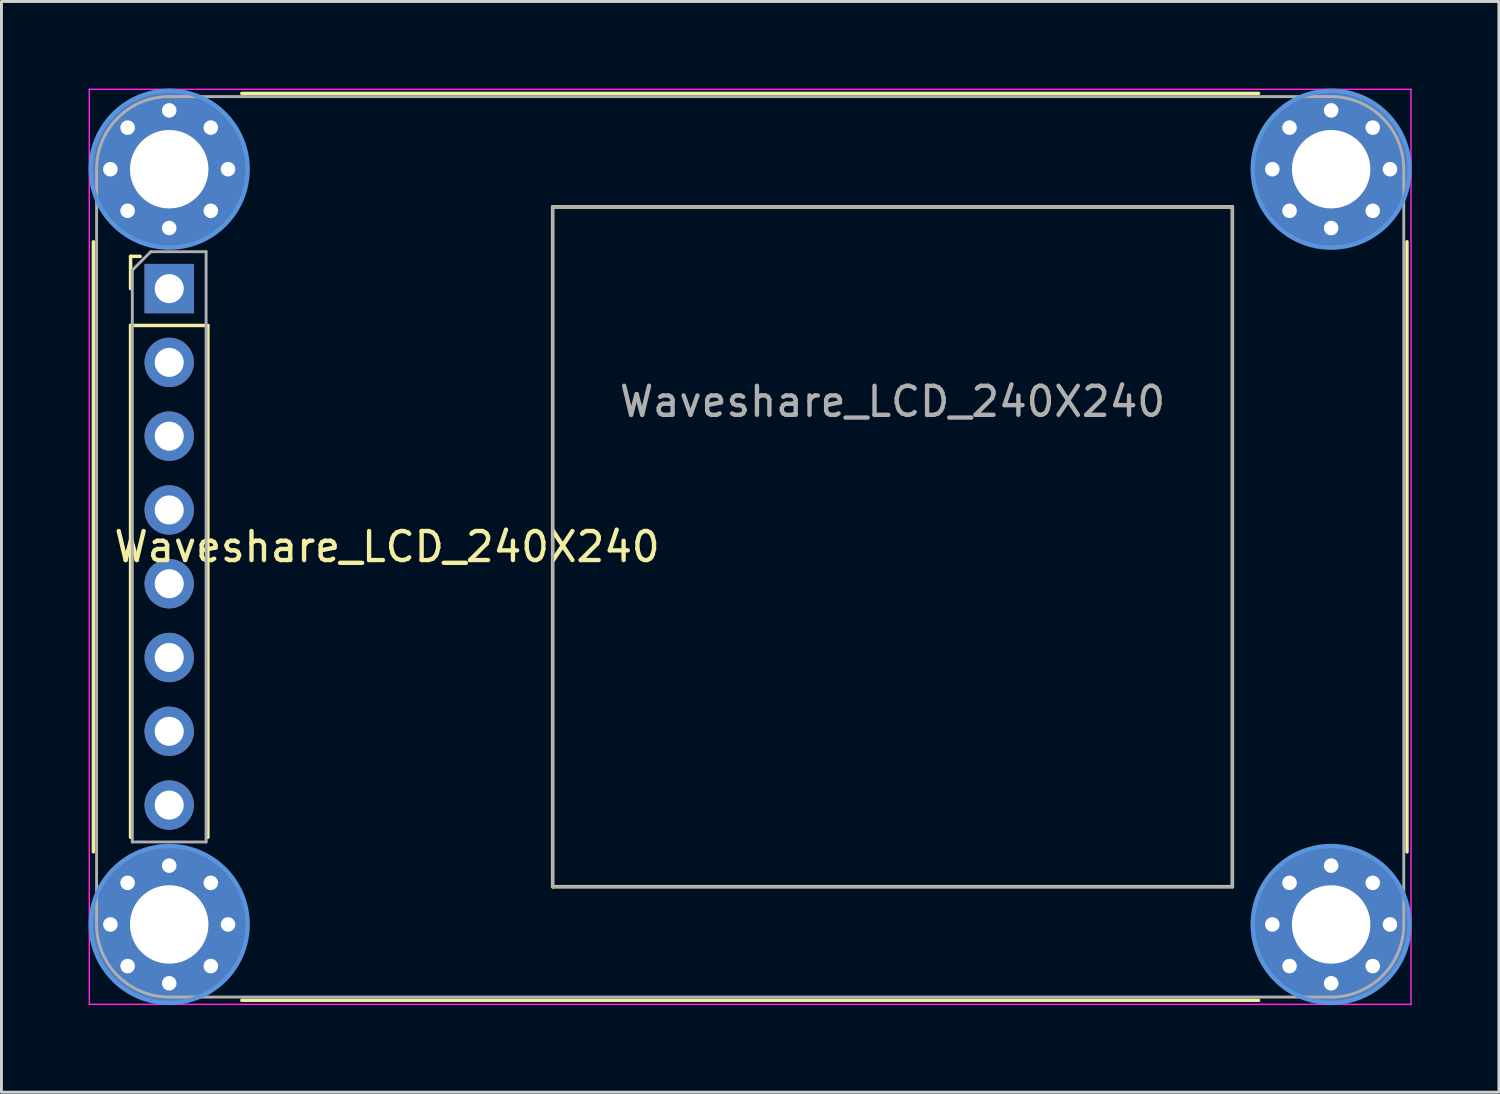
<source format=kicad_pcb>
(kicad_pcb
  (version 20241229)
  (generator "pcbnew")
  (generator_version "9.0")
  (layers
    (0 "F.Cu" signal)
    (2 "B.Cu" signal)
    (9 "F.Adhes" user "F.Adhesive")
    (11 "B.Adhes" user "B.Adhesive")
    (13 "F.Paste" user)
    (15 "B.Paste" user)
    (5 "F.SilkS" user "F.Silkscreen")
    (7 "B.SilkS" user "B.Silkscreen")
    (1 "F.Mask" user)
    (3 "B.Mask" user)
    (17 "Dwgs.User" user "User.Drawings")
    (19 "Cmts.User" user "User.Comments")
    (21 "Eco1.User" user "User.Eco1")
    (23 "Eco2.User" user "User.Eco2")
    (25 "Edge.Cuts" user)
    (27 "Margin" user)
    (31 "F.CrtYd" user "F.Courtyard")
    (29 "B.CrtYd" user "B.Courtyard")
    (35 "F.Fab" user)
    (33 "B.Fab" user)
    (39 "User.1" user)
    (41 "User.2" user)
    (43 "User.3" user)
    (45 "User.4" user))
  (footprint "Waveshare_LCD_240X240"
    (layer "F.Cu")
    (at 2.775 15.775)
    (property "Reference" "Waveshare_LCD_240X240" (at 7.5 0 0) (layer "F.SilkS") (effects (font (size 1 1) (thickness 0.15))))
    (attr through_hole)
    (fp_line (start -2.61 -10.5) (end -2.61 10.5) (stroke (width 0.12) (type solid)) (layer "F.SilkS"))
    (fp_line (start -1.33 -10) (end -1.33 -8.89) (stroke (width 0.12) (type solid)) (layer "F.SilkS"))
    (fp_line (start -1.33 -10) (end -1 -10) (stroke (width 0.12) (type solid)) (layer "F.SilkS"))
    (fp_line (start -1.33 -7.62) (end -1.33 10) (stroke (width 0.12) (type solid)) (layer "F.SilkS"))
    (fp_line (start -1.33 -7.62) (end 1.33 -7.62) (stroke (width 0.12) (type solid)) (layer "F.SilkS"))
    (fp_line (start 1.33 -7.62) (end 1.33 10) (stroke (width 0.12) (type solid)) (layer "F.SilkS"))
    (fp_line (start 2.5 -15.61) (end 37.5 -15.61) (stroke (width 0.12) (type solid)) (layer "F.SilkS"))
    (fp_line (start 2.5 15.61) (end 37.5 15.61) (stroke (width 0.12) (type solid)) (layer "F.SilkS"))
    (fp_line (start 13.2 -11.7) (end 13.2 11.7) (stroke (width 0.12) (type solid)) (layer "F.SilkS"))
    (fp_line (start 13.2 -11.7) (end 36.6 -11.7) (stroke (width 0.12) (type solid)) (layer "F.SilkS"))
    (fp_line (start 13.2 11.7) (end 36.6 11.7) (stroke (width 0.12) (type solid)) (layer "F.SilkS"))
    (fp_line (start 36.6 -11.7) (end 36.6 11.7) (stroke (width 0.12) (type solid)) (layer "F.SilkS"))
    (fp_line (start 42.61 -10.5) (end 42.61 10.5) (stroke (width 0.12) (type solid)) (layer "F.SilkS"))
    (fp_circle (center 0 -13) (end 2.7 -13) (stroke (width 0.15) (type solid)) (fill no) (layer "Cmts.User"))
    (fp_circle (center 0 13) (end 2.7 13) (stroke (width 0.15) (type solid)) (fill no) (layer "Cmts.User"))
    (fp_circle (center 40 -13) (end 42.7 -13) (stroke (width 0.15) (type solid)) (fill no) (layer "Cmts.User"))
    (fp_circle (center 40 13) (end 42.7 13) (stroke (width 0.15) (type solid)) (fill no) (layer "Cmts.User"))
    (fp_line (start -2.75 -15.75) (end 42.75 -15.75) (stroke (width 0.05) (type solid)) (layer "F.CrtYd"))
    (fp_line (start -2.75 15.75) (end -2.75 -15.75) (stroke (width 0.05) (type solid)) (layer "F.CrtYd"))
    (fp_line (start 42.75 -15.75) (end 42.75 15.75) (stroke (width 0.05) (type solid)) (layer "F.CrtYd"))
    (fp_line (start 42.75 15.75) (end -2.75 15.75) (stroke (width 0.05) (type solid)) (layer "F.CrtYd"))
    (fp_line (start -2.5 -13) (end -2.5 13) (stroke (width 0.1) (type solid)) (layer "F.Fab"))
    (fp_line (start -1.27 -9.525) (end -1.27 10.16) (stroke (width 0.1) (type solid)) (layer "F.Fab"))
    (fp_line (start -0.635 -10.16) (end -1.27 -9.525) (stroke (width 0.1) (type solid)) (layer "F.Fab"))
    (fp_line (start 0 -15.5) (end 40 -15.5) (stroke (width 0.1) (type solid)) (layer "F.Fab"))
    (fp_line (start 1.27 -10.16) (end -0.635 -10.16) (stroke (width 0.1) (type solid)) (layer "F.Fab"))
    (fp_line (start 1.27 10.16) (end -1.27 10.16) (stroke (width 0.1) (type solid)) (layer "F.Fab"))
    (fp_line (start 1.27 10.16) (end 1.27 -10.16) (stroke (width 0.1) (type solid)) (layer "F.Fab"))
    (fp_line (start 13.2 -11.7) (end 13.2 11.7) (stroke (width 0.1) (type solid)) (layer "F.Fab"))
    (fp_line (start 13.2 -11.7) (end 36.6 -11.7) (stroke (width 0.1) (type solid)) (layer "F.Fab"))
    (fp_line (start 13.2 11.7) (end 36.6 11.7) (stroke (width 0.1) (type solid)) (layer "F.Fab"))
    (fp_line (start 36.6 -11.7) (end 36.6 11.7) (stroke (width 0.1) (type solid)) (layer "F.Fab"))
    (fp_line (start 40 15.5) (end 0 15.5) (stroke (width 0.1) (type solid)) (layer "F.Fab"))
    (fp_line (start 42.5 -13) (end 42.5 13) (stroke (width 0.1) (type solid)) (layer "F.Fab"))
    (fp_arc (start -2.5 -13) (mid -1.767767 -14.767767) (end 0 -15.5) (stroke (width 0.1) (type solid)) (layer "F.Fab"))
    (fp_arc (start 0 15.5) (mid -1.767767 14.767767) (end -2.5 13) (stroke (width 0.1) (type solid)) (layer "F.Fab"))
    (fp_arc (start 40 -15.5) (mid 41.767767 -14.767767) (end 42.5 -13) (stroke (width 0.1) (type solid)) (layer "F.Fab"))
    (fp_arc (start 42.5 13) (mid 41.767767 14.767767) (end 40 15.5) (stroke (width 0.1) (type solid)) (layer "F.Fab"))
    (fp_text user "${REFERENCE}" (at 24.9 -5 0) (layer "F.Fab") (effects (font (size 1 1) (thickness 0.15))))
    (pad "" thru_hole circle (at -2.025 -13) (size 0.8 0.8) (drill 0.5) (layers "*.Cu" "*.Mask"))
    (pad "" thru_hole circle (at -2.025 13) (size 0.8 0.8) (drill 0.5) (layers "*.Cu" "*.Mask"))
    (pad "" thru_hole circle (at -1.432 -14.432) (size 0.8 0.8) (drill 0.5) (layers "*.Cu" "*.Mask"))
    (pad "" thru_hole circle (at -1.432 -11.568) (size 0.8 0.8) (drill 0.5) (layers "*.Cu" "*.Mask"))
    (pad "" thru_hole circle (at -1.432 11.568) (size 0.8 0.8) (drill 0.5) (layers "*.Cu" "*.Mask"))
    (pad "" thru_hole circle (at -1.432 14.432) (size 0.8 0.8) (drill 0.5) (layers "*.Cu" "*.Mask"))
    (pad "" thru_hole circle (at 0 -15.025) (size 0.8 0.8) (drill 0.5) (layers "*.Cu" "*.Mask"))
    (pad "" thru_hole circle (at 0 -13) (size 5.4 5.4) (drill 2.7) (layers "*.Cu" "*.Mask"))
    (pad "" thru_hole circle (at 0 -10.975) (size 0.8 0.8) (drill 0.5) (layers "*.Cu" "*.Mask"))
    (pad "" thru_hole circle (at 0 10.975) (size 0.8 0.8) (drill 0.5) (layers "*.Cu" "*.Mask"))
    (pad "" thru_hole circle (at 0 13) (size 5.4 5.4) (drill 2.7) (layers "*.Cu" "*.Mask"))
    (pad "" thru_hole circle (at 0 15.025) (size 0.8 0.8) (drill 0.5) (layers "*.Cu" "*.Mask"))
    (pad "" thru_hole circle (at 1.432 -14.432) (size 0.8 0.8) (drill 0.5) (layers "*.Cu" "*.Mask"))
    (pad "" thru_hole circle (at 1.432 -11.568) (size 0.8 0.8) (drill 0.5) (layers "*.Cu" "*.Mask"))
    (pad "" thru_hole circle (at 1.432 11.568) (size 0.8 0.8) (drill 0.5) (layers "*.Cu" "*.Mask"))
    (pad "" thru_hole circle (at 1.432 14.432) (size 0.8 0.8) (drill 0.5) (layers "*.Cu" "*.Mask"))
    (pad "" thru_hole circle (at 2.025 -13) (size 0.8 0.8) (drill 0.5) (layers "*.Cu" "*.Mask"))
    (pad "" thru_hole circle (at 2.025 13) (size 0.8 0.8) (drill 0.5) (layers "*.Cu" "*.Mask"))
    (pad "" thru_hole circle (at 37.975 -13) (size 0.8 0.8) (drill 0.5) (layers "*.Cu" "*.Mask"))
    (pad "" thru_hole circle (at 37.975 13) (size 0.8 0.8) (drill 0.5) (layers "*.Cu" "*.Mask"))
    (pad "" thru_hole circle (at 38.568 -14.432) (size 0.8 0.8) (drill 0.5) (layers "*.Cu" "*.Mask"))
    (pad "" thru_hole circle (at 38.568 -11.568) (size 0.8 0.8) (drill 0.5) (layers "*.Cu" "*.Mask"))
    (pad "" thru_hole circle (at 38.568 11.568) (size 0.8 0.8) (drill 0.5) (layers "*.Cu" "*.Mask"))
    (pad "" thru_hole circle (at 38.568 14.432) (size 0.8 0.8) (drill 0.5) (layers "*.Cu" "*.Mask"))
    (pad "" thru_hole circle (at 40 -15.025) (size 0.8 0.8) (drill 0.5) (layers "*.Cu" "*.Mask"))
    (pad "" thru_hole circle (at 40 -13) (size 5.4 5.4) (drill 2.7) (layers "*.Cu" "*.Mask"))
    (pad "" thru_hole circle (at 40 -10.975) (size 0.8 0.8) (drill 0.5) (layers "*.Cu" "*.Mask"))
    (pad "" thru_hole circle (at 40 10.975) (size 0.8 0.8) (drill 0.5) (layers "*.Cu" "*.Mask"))
    (pad "" thru_hole circle (at 40 13) (size 5.4 5.4) (drill 2.7) (layers "*.Cu" "*.Mask"))
    (pad "" thru_hole circle (at 40 15.025) (size 0.8 0.8) (drill 0.5) (layers "*.Cu" "*.Mask"))
    (pad "" thru_hole circle (at 41.432 -14.432) (size 0.8 0.8) (drill 0.5) (layers "*.Cu" "*.Mask"))
    (pad "" thru_hole circle (at 41.432 -11.568) (size 0.8 0.8) (drill 0.5) (layers "*.Cu" "*.Mask"))
    (pad "" thru_hole circle (at 41.432 11.568) (size 0.8 0.8) (drill 0.5) (layers "*.Cu" "*.Mask"))
    (pad "" thru_hole circle (at 41.432 14.432) (size 0.8 0.8) (drill 0.5) (layers "*.Cu" "*.Mask"))
    (pad "" thru_hole circle (at 42.025 -13) (size 0.8 0.8) (drill 0.5) (layers "*.Cu" "*.Mask"))
    (pad "" thru_hole circle (at 42.025 13) (size 0.8 0.8) (drill 0.5) (layers "*.Cu" "*.Mask"))
    (pad "1" thru_hole rect (at 0 -8.89) (size 1.7 1.7) (drill 1) (layers "*.Cu" "*.Mask"))
    (pad "2" thru_hole oval (at 0 -6.35) (size 1.7 1.7) (drill 1) (layers "*.Cu" "*.Mask"))
    (pad "3" thru_hole oval (at 0 -3.81) (size 1.7 1.7) (drill 1) (layers "*.Cu" "*.Mask"))
    (pad "4" thru_hole oval (at 0 -1.27) (size 1.7 1.7) (drill 1) (layers "*.Cu" "*.Mask"))
    (pad "5" thru_hole oval (at 0 1.27) (size 1.7 1.7) (drill 1) (layers "*.Cu" "*.Mask"))
    (pad "6" thru_hole oval (at 0 3.81) (size 1.7 1.7) (drill 1) (layers "*.Cu" "*.Mask"))
    (pad "7" thru_hole oval (at 0 6.35) (size 1.7 1.7) (drill 1) (layers "*.Cu" "*.Mask"))
    (pad "8" thru_hole oval (at 0 8.89) (size 1.7 1.7) (drill 1) (layers "*.Cu" "*.Mask")))
  (gr_rect
    (start -3 -3)
    (end 48.55 34.55)
    (stroke (width 0.1) (type default))
    (fill no)
    (layer "Edge.Cuts")))
</source>
